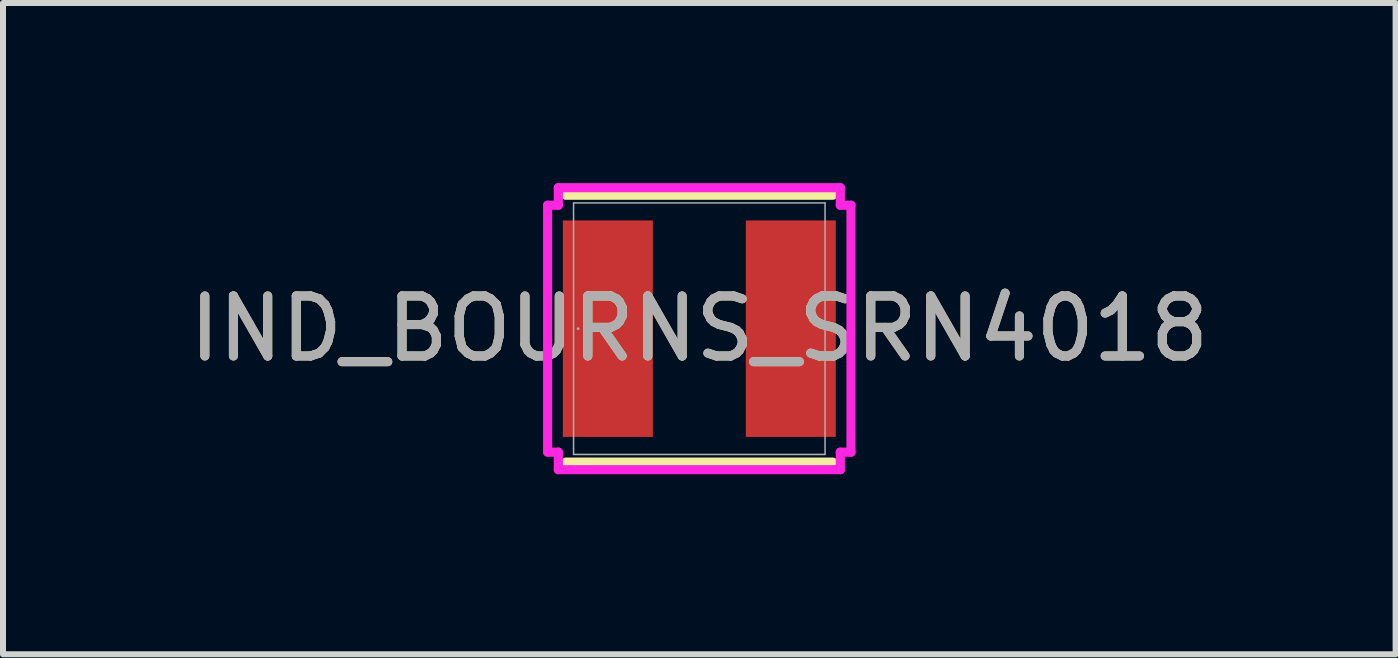
<source format=kicad_pcb>
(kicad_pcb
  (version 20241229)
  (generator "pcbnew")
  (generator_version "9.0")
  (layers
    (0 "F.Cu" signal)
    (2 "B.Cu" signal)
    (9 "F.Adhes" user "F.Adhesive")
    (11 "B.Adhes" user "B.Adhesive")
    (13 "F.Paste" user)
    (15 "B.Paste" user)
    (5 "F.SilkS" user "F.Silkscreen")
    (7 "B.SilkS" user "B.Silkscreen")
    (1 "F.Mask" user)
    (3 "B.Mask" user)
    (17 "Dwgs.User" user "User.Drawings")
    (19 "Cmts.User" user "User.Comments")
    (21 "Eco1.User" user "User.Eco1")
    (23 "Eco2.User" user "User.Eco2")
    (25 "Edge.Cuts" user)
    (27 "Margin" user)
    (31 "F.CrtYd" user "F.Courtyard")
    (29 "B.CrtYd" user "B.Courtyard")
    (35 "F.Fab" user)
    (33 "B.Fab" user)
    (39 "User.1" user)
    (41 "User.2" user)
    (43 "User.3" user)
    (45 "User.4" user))
  (footprint "IND_BOURNS_SRN4018"
    (layer "F.Cu")
    (at 8.601 2.426)
    (property "Reference" "IND_BOURNS_SRN4018" (at 0 0 0) (unlocked yes) (layer "F.SilkS") (effects (font (size 1 1) (thickness 0.15))))
    (attr smd)
    (fp_line (start -2.223 2.223) (end 2.223 2.223) (stroke (width 0.152) (type solid)) (layer "F.SilkS"))
    (fp_line (start 2.223 -2.223) (end -2.223 -2.223) (stroke (width 0.152) (type solid)) (layer "F.SilkS"))
    (fp_line (start -2.527 -2.057) (end -2.349 -2.057) (stroke (width 0.152) (type solid)) (layer "F.CrtYd"))
    (fp_line (start -2.527 2.057) (end -2.527 -2.057) (stroke (width 0.152) (type solid)) (layer "F.CrtYd"))
    (fp_line (start -2.349 -2.349) (end 2.349 -2.349) (stroke (width 0.152) (type solid)) (layer "F.CrtYd"))
    (fp_line (start -2.349 -2.057) (end -2.349 -2.349) (stroke (width 0.152) (type solid)) (layer "F.CrtYd"))
    (fp_line (start -2.349 2.057) (end -2.527 2.057) (stroke (width 0.152) (type solid)) (layer "F.CrtYd"))
    (fp_line (start -2.349 2.349) (end -2.349 2.057) (stroke (width 0.152) (type solid)) (layer "F.CrtYd"))
    (fp_line (start 2.349 -2.349) (end 2.349 -2.057) (stroke (width 0.152) (type solid)) (layer "F.CrtYd"))
    (fp_line (start 2.349 -2.057) (end 2.527 -2.057) (stroke (width 0.152) (type solid)) (layer "F.CrtYd"))
    (fp_line (start 2.349 2.057) (end 2.349 2.349) (stroke (width 0.152) (type solid)) (layer "F.CrtYd"))
    (fp_line (start 2.349 2.349) (end -2.349 2.349) (stroke (width 0.152) (type solid)) (layer "F.CrtYd"))
    (fp_line (start 2.527 -2.057) (end 2.527 2.057) (stroke (width 0.152) (type solid)) (layer "F.CrtYd"))
    (fp_line (start 2.527 2.057) (end 2.349 2.057) (stroke (width 0.152) (type solid)) (layer "F.CrtYd"))
    (fp_line (start -2.095 -2.095) (end -2.095 2.095) (stroke (width 0.025) (type solid)) (layer "F.Fab"))
    (fp_line (start -2.095 2.095) (end 2.095 2.095) (stroke (width 0.025) (type solid)) (layer "F.Fab"))
    (fp_line (start 2.095 -2.095) (end -2.095 -2.095) (stroke (width 0.025) (type solid)) (layer "F.Fab"))
    (fp_line (start 2.095 2.095) (end 2.095 -2.095) (stroke (width 0.025) (type solid)) (layer "F.Fab"))
    (fp_circle (center -2.019 0) (end -2.019 0) (stroke (width 0.025) (type solid)) (fill no) (layer "F.Fab"))
    (fp_text user "${REFERENCE}" (at 0 0 0) (unlocked yes) (layer "F.Fab") (effects (font (size 1 1) (thickness 0.15))))
    (pad "1" smd rect (at -1.524 0) (size 1.499 3.607) (layers "F.Cu" "F.Mask" "F.Paste"))
    (pad "2" smd rect (at 1.524 0) (size 1.499 3.607) (layers "F.Cu" "F.Mask" "F.Paste"))
    (zone (net_name "") (layer "F.Cu") (hatch full 0.508) (connect_pads) (min_thickness 0.254) (filled_areas_thickness no) (keepout (tracks not_allowed) (vias not_allowed) (pads allowed) (copperpour not_allowed) (footprints allowed)) (placement (enabled no)) (fill) (polygon (pts (xy 7.877 0.381) (xy 9.325 0.381) (xy 9.325 4.47) (xy 7.877 4.47)))))
  (gr_rect
    (start -3 -3)
    (end 20.202 7.851)
    (stroke (width 0.1) (type default))
    (fill no)
    (layer "Edge.Cuts")))
</source>
